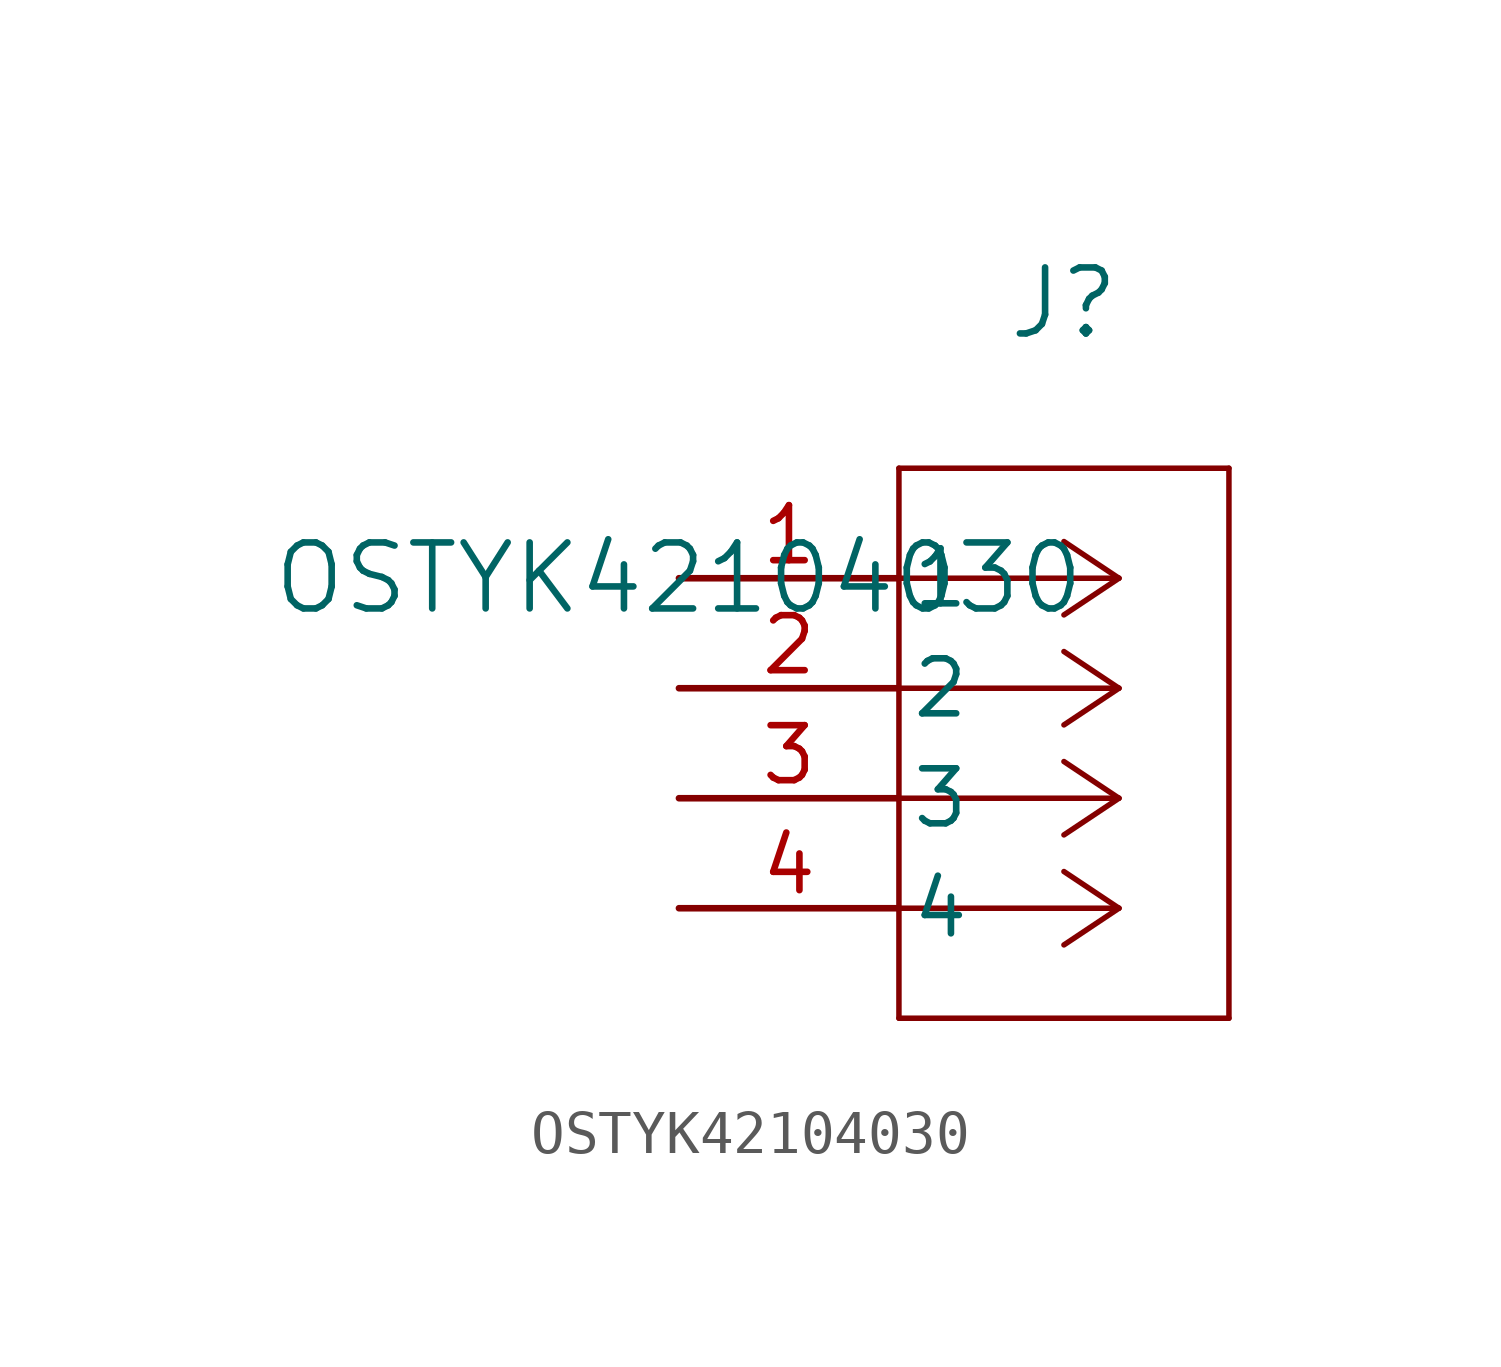
<source format=kicad_sym>
(kicad_symbol_lib
  (version 20211014)
  (generator kicad_symbol_editor)
  (symbol "OSTYK42104030"
    (pin_names
      (offset 0.254))
    (property "Reference" "J"
      (at 8.89 6.35 0)
      (effects (font (size 1.524 1.524))))
    (property "Value" "OSTYK42104030"
      (at 0 0 0)
      (effects (font (size 1.524 1.524))))
    (symbol "OSTYK42104030_0_1"
      (polyline (pts (xy 10.16 0) (xy 5.08 0)) (stroke (width 0.127) (type default) (color 0 0 0 0)) (fill (type none)))
      (polyline (pts (xy 10.16 -2.54) (xy 5.08 -2.54)) (stroke (width 0.127) (type default) (color 0 0 0 0)) (fill (type none)))
      (polyline (pts (xy 10.16 -5.08) (xy 5.08 -5.08)) (stroke (width 0.127) (type default) (color 0 0 0 0)) (fill (type none)))
      (polyline (pts (xy 10.16 -7.62) (xy 5.08 -7.62)) (stroke (width 0.127) (type default) (color 0 0 0 0)) (fill (type none)))
      (polyline (pts (xy 10.16 0) (xy 8.89 0.847)) (stroke (width 0.127) (type default) (color 0 0 0 0)) (fill (type none)))
      (polyline (pts (xy 10.16 -2.54) (xy 8.89 -1.693)) (stroke (width 0.127) (type default) (color 0 0 0 0)) (fill (type none)))
      (polyline (pts (xy 10.16 -5.08) (xy 8.89 -4.233)) (stroke (width 0.127) (type default) (color 0 0 0 0)) (fill (type none)))
      (polyline (pts (xy 10.16 -7.62) (xy 8.89 -6.773)) (stroke (width 0.127) (type default) (color 0 0 0 0)) (fill (type none)))
      (polyline (pts (xy 10.16 0) (xy 8.89 -0.847)) (stroke (width 0.127) (type default) (color 0 0 0 0)) (fill (type none)))
      (polyline (pts (xy 10.16 -2.54) (xy 8.89 -3.387)) (stroke (width 0.127) (type default) (color 0 0 0 0)) (fill (type none)))
      (polyline (pts (xy 10.16 -5.08) (xy 8.89 -5.927)) (stroke (width 0.127) (type default) (color 0 0 0 0)) (fill (type none)))
      (polyline (pts (xy 10.16 -7.62) (xy 8.89 -8.467)) (stroke (width 0.127) (type default) (color 0 0 0 0)) (fill (type none)))
      (polyline (pts (xy 5.08 2.54) (xy 5.08 -10.16)) (stroke (width 0.127) (type default) (color 0 0 0 0)) (fill (type none)))
      (polyline (pts (xy 5.08 -10.16) (xy 12.7 -10.16)) (stroke (width 0.127) (type default) (color 0 0 0 0)) (fill (type none)))
      (polyline (pts (xy 12.7 -10.16) (xy 12.7 2.54)) (stroke (width 0.127) (type default) (color 0 0 0 0)) (fill (type none)))
      (polyline (pts (xy 12.7 2.54) (xy 5.08 2.54)) (stroke (width 0.127) (type default) (color 0 0 0 0)) (fill (type none)))
      (pin unspecified line (at 0 0 0) (length 5.08) (name "1" (effects (font (size 1.27 1.27)))) (number "1" (effects (font (size 1.27 1.27)))))
      (pin unspecified line (at 0 -2.54 0) (length 5.08) (name "2" (effects (font (size 1.27 1.27)))) (number "2" (effects (font (size 1.27 1.27)))))
      (pin unspecified line (at 0 -5.08 0) (length 5.08) (name "3" (effects (font (size 1.27 1.27)))) (number "3" (effects (font (size 1.27 1.27)))))
      (pin unspecified line (at 0 -7.62 0) (length 5.08) (name "4" (effects (font (size 1.27 1.27)))) (number "4" (effects (font (size 1.27 1.27))))))))
</source>
